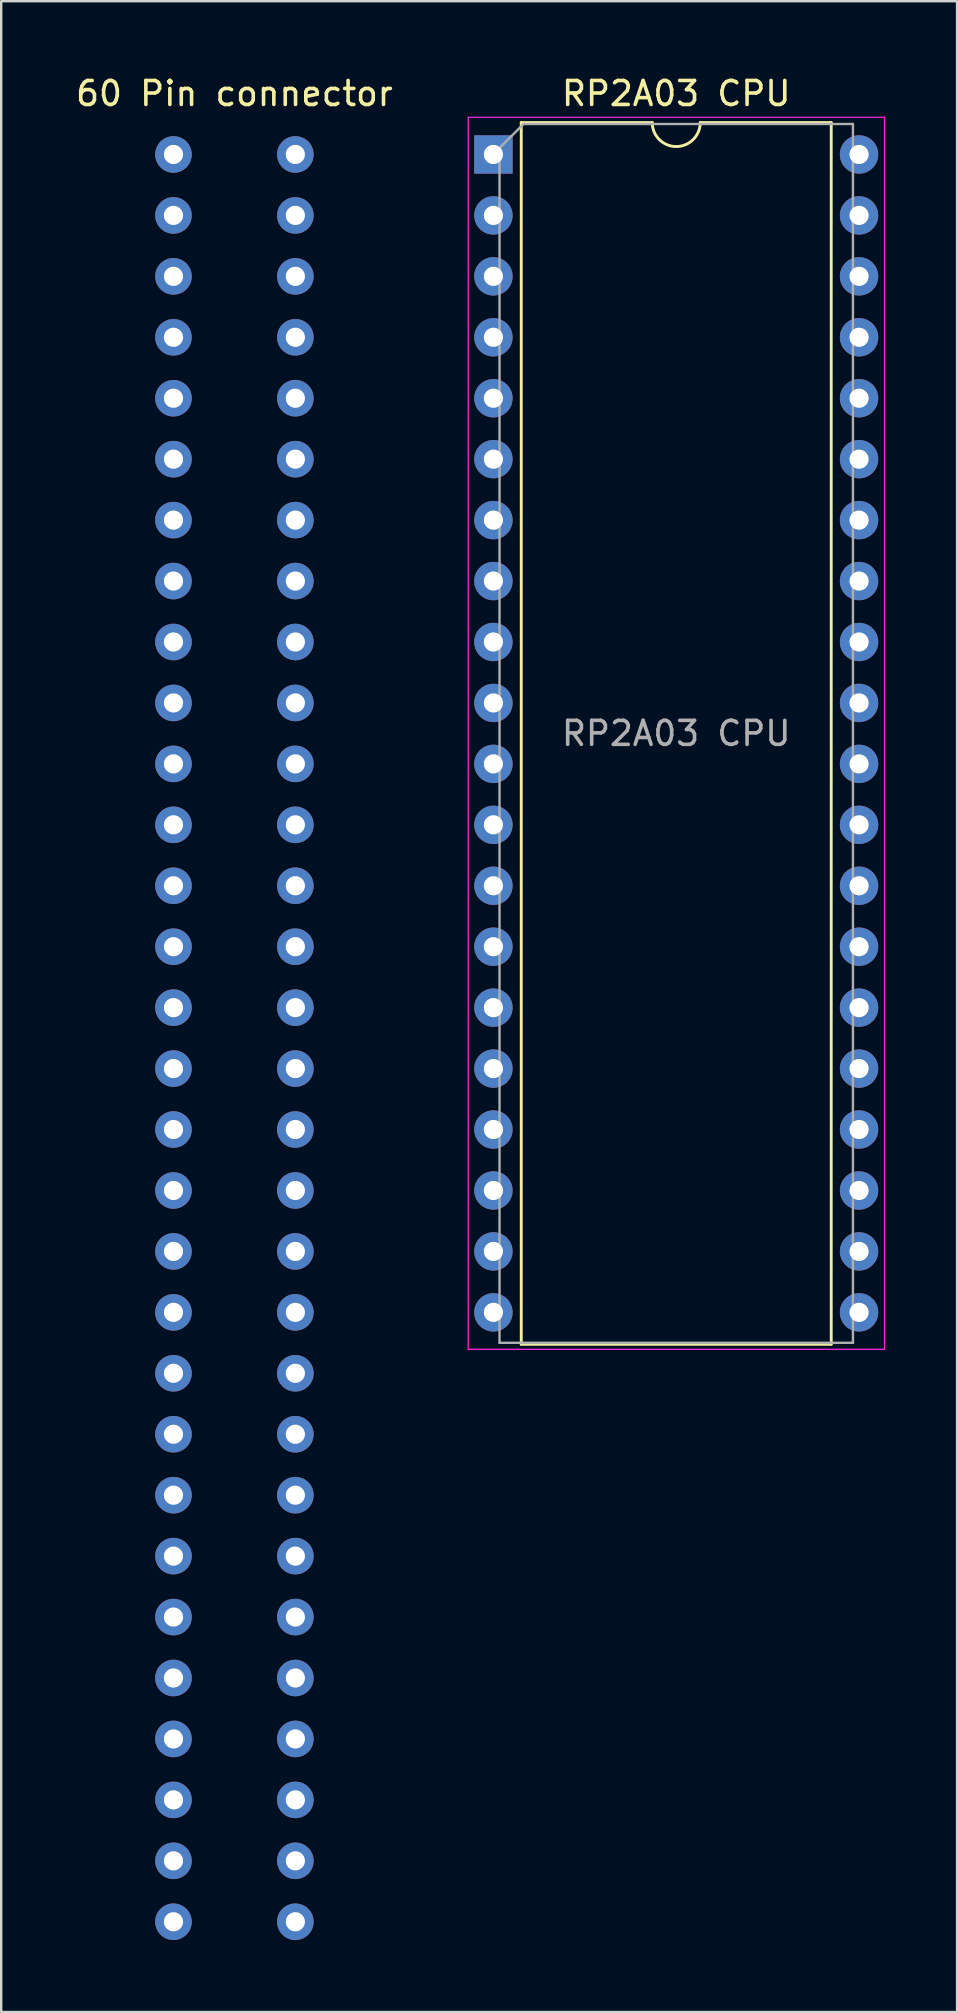
<source format=kicad_pcb>
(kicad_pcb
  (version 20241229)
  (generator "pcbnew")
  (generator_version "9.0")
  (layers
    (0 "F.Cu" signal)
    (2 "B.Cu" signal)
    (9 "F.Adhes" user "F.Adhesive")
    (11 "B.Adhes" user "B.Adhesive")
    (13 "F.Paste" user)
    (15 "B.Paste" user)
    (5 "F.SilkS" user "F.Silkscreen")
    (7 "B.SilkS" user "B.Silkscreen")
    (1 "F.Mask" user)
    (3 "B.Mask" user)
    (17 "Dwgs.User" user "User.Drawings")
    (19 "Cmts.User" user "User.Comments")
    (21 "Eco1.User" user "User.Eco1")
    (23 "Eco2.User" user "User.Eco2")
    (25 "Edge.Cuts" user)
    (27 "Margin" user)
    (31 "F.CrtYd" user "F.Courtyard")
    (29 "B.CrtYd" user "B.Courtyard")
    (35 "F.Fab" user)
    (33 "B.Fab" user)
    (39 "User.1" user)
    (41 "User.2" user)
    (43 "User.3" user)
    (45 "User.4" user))
  (footprint "60 Pin connector"
    (layer "F.Cu")
    (at 4.18 3.388)
    (property "Reference" "60 Pin connector" (at 2.54 -2.54 0) (unlocked yes) (layer "F.SilkS") (effects (font (size 1 1) (thickness 0.15))))
    (attr through_hole)
    (pad "1" thru_hole circle (at 0 0) (size 1.524 1.524) (drill 0.8) (layers "*.Cu" "*.Mask"))
    (pad "2" thru_hole circle (at 0 2.54) (size 1.524 1.524) (drill 0.8) (layers "*.Cu" "*.Mask"))
    (pad "3" thru_hole circle (at 0 5.08) (size 1.524 1.524) (drill 0.8) (layers "*.Cu" "*.Mask"))
    (pad "4" thru_hole circle (at 0 7.62) (size 1.524 1.524) (drill 0.8) (layers "*.Cu" "*.Mask"))
    (pad "5" thru_hole circle (at 0 10.16) (size 1.524 1.524) (drill 0.8) (layers "*.Cu" "*.Mask"))
    (pad "6" thru_hole circle (at 0 12.7) (size 1.524 1.524) (drill 0.8) (layers "*.Cu" "*.Mask"))
    (pad "7" thru_hole circle (at 0 15.24) (size 1.524 1.524) (drill 0.8) (layers "*.Cu" "*.Mask"))
    (pad "8" thru_hole circle (at 0 17.78) (size 1.524 1.524) (drill 0.8) (layers "*.Cu" "*.Mask"))
    (pad "9" thru_hole circle (at 0 20.32) (size 1.524 1.524) (drill 0.8) (layers "*.Cu" "*.Mask"))
    (pad "10" thru_hole circle (at 0 22.86) (size 1.524 1.524) (drill 0.8) (layers "*.Cu" "*.Mask"))
    (pad "11" thru_hole circle (at 0 25.4) (size 1.524 1.524) (drill 0.8) (layers "*.Cu" "*.Mask"))
    (pad "12" thru_hole circle (at 0 27.94) (size 1.524 1.524) (drill 0.8) (layers "*.Cu" "*.Mask"))
    (pad "13" thru_hole circle (at 0 30.48) (size 1.524 1.524) (drill 0.8) (layers "*.Cu" "*.Mask"))
    (pad "14" thru_hole circle (at 0 33.02) (size 1.524 1.524) (drill 0.8) (layers "*.Cu" "*.Mask"))
    (pad "15" thru_hole circle (at 0 35.56) (size 1.524 1.524) (drill 0.8) (layers "*.Cu" "*.Mask"))
    (pad "16" thru_hole circle (at 0 38.1) (size 1.524 1.524) (drill 0.8) (layers "*.Cu" "*.Mask"))
    (pad "17" thru_hole circle (at 0 40.64) (size 1.524 1.524) (drill 0.8) (layers "*.Cu" "*.Mask"))
    (pad "18" thru_hole circle (at 0 43.18) (size 1.524 1.524) (drill 0.8) (layers "*.Cu" "*.Mask"))
    (pad "19" thru_hole circle (at 0 45.72) (size 1.524 1.524) (drill 0.8) (layers "*.Cu" "*.Mask"))
    (pad "20" thru_hole circle (at 0 48.26) (size 1.524 1.524) (drill 0.8) (layers "*.Cu" "*.Mask"))
    (pad "21" thru_hole circle (at 0 50.8) (size 1.524 1.524) (drill 0.8) (layers "*.Cu" "*.Mask"))
    (pad "22" thru_hole circle (at 0 53.34) (size 1.524 1.524) (drill 0.8) (layers "*.Cu" "*.Mask"))
    (pad "23" thru_hole circle (at 0 55.88) (size 1.524 1.524) (drill 0.8) (layers "*.Cu" "*.Mask"))
    (pad "24" thru_hole circle (at 0 58.42) (size 1.524 1.524) (drill 0.8) (layers "*.Cu" "*.Mask"))
    (pad "25" thru_hole circle (at 0 60.96) (size 1.524 1.524) (drill 0.8) (layers "*.Cu" "*.Mask"))
    (pad "26" thru_hole circle (at 0 63.5) (size 1.524 1.524) (drill 0.8) (layers "*.Cu" "*.Mask"))
    (pad "27" thru_hole circle (at 0 66.04) (size 1.524 1.524) (drill 0.8) (layers "*.Cu" "*.Mask"))
    (pad "28" thru_hole circle (at 0 68.58) (size 1.524 1.524) (drill 0.8) (layers "*.Cu" "*.Mask"))
    (pad "29" thru_hole circle (at 0 71.12) (size 1.524 1.524) (drill 0.8) (layers "*.Cu" "*.Mask"))
    (pad "30" thru_hole circle (at 0 73.66) (size 1.524 1.524) (drill 0.8) (layers "*.Cu" "*.Mask"))
    (pad "31" thru_hole circle (at 5.08 0) (size 1.524 1.524) (drill 0.8) (layers "*.Cu" "*.Mask"))
    (pad "32" thru_hole circle (at 5.08 2.54) (size 1.524 1.524) (drill 0.8) (layers "*.Cu" "*.Mask"))
    (pad "33" thru_hole circle (at 5.08 5.08) (size 1.524 1.524) (drill 0.8) (layers "*.Cu" "*.Mask"))
    (pad "34" thru_hole circle (at 5.08 7.62) (size 1.524 1.524) (drill 0.8) (layers "*.Cu" "*.Mask"))
    (pad "35" thru_hole circle (at 5.08 10.16) (size 1.524 1.524) (drill 0.8) (layers "*.Cu" "*.Mask"))
    (pad "36" thru_hole circle (at 5.08 12.7) (size 1.524 1.524) (drill 0.8) (layers "*.Cu" "*.Mask"))
    (pad "37" thru_hole circle (at 5.08 15.24) (size 1.524 1.524) (drill 0.8) (layers "*.Cu" "*.Mask"))
    (pad "38" thru_hole circle (at 5.08 17.78) (size 1.524 1.524) (drill 0.8) (layers "*.Cu" "*.Mask"))
    (pad "39" thru_hole circle (at 5.08 20.32) (size 1.524 1.524) (drill 0.8) (layers "*.Cu" "*.Mask"))
    (pad "40" thru_hole circle (at 5.08 22.86) (size 1.524 1.524) (drill 0.8) (layers "*.Cu" "*.Mask"))
    (pad "41" thru_hole circle (at 5.08 25.4) (size 1.524 1.524) (drill 0.8) (layers "*.Cu" "*.Mask"))
    (pad "42" thru_hole circle (at 5.08 27.94) (size 1.524 1.524) (drill 0.8) (layers "*.Cu" "*.Mask"))
    (pad "43" thru_hole circle (at 5.08 30.48) (size 1.524 1.524) (drill 0.8) (layers "*.Cu" "*.Mask"))
    (pad "44" thru_hole circle (at 5.08 33.02) (size 1.524 1.524) (drill 0.8) (layers "*.Cu" "*.Mask"))
    (pad "45" thru_hole circle (at 5.08 35.56) (size 1.524 1.524) (drill 0.8) (layers "*.Cu" "*.Mask"))
    (pad "46" thru_hole circle (at 5.08 38.1) (size 1.524 1.524) (drill 0.8) (layers "*.Cu" "*.Mask"))
    (pad "47" thru_hole circle (at 5.08 40.64) (size 1.524 1.524) (drill 0.8) (layers "*.Cu" "*.Mask"))
    (pad "48" thru_hole circle (at 5.08 43.18) (size 1.524 1.524) (drill 0.8) (layers "*.Cu" "*.Mask"))
    (pad "49" thru_hole circle (at 5.08 45.72) (size 1.524 1.524) (drill 0.8) (layers "*.Cu" "*.Mask"))
    (pad "50" thru_hole circle (at 5.08 48.26) (size 1.524 1.524) (drill 0.8) (layers "*.Cu" "*.Mask"))
    (pad "51" thru_hole circle (at 5.08 50.8) (size 1.524 1.524) (drill 0.8) (layers "*.Cu" "*.Mask"))
    (pad "52" thru_hole circle (at 5.08 53.34) (size 1.524 1.524) (drill 0.8) (layers "*.Cu" "*.Mask"))
    (pad "53" thru_hole circle (at 5.08 55.88) (size 1.524 1.524) (drill 0.8) (layers "*.Cu" "*.Mask"))
    (pad "54" thru_hole circle (at 5.08 58.42) (size 1.524 1.524) (drill 0.8) (layers "*.Cu" "*.Mask"))
    (pad "55" thru_hole circle (at 5.08 60.96) (size 1.524 1.524) (drill 0.8) (layers "*.Cu" "*.Mask"))
    (pad "56" thru_hole circle (at 5.08 63.5) (size 1.524 1.524) (drill 0.8) (layers "*.Cu" "*.Mask"))
    (pad "57" thru_hole circle (at 5.08 66.04) (size 1.524 1.524) (drill 0.8) (layers "*.Cu" "*.Mask"))
    (pad "58" thru_hole circle (at 5.08 68.58) (size 1.524 1.524) (drill 0.8) (layers "*.Cu" "*.Mask"))
    (pad "59" thru_hole circle (at 5.08 71.12) (size 1.524 1.524) (drill 0.8) (layers "*.Cu" "*.Mask"))
    (pad "60" thru_hole circle (at 5.08 73.66) (size 1.524 1.524) (drill 0.8) (layers "*.Cu" "*.Mask")))
  (footprint "RP2A03 CPU"
    (layer "F.Cu")
    (at 17.515 3.388)
    (property "Reference" "RP2A03 CPU" (at 7.62 -2.54 0) (unlocked yes) (layer "F.SilkS") (effects (font (size 1 1) (thickness 0.15))))
    (attr through_hole)
    (fp_line (start 1.16 -1.33) (end 1.16 49.59) (stroke (width 0.12) (type solid)) (layer "F.SilkS"))
    (fp_line (start 1.16 49.59) (end 14.08 49.59) (stroke (width 0.12) (type solid)) (layer "F.SilkS"))
    (fp_line (start 6.62 -1.33) (end 1.16 -1.33) (stroke (width 0.12) (type solid)) (layer "F.SilkS"))
    (fp_line (start 14.08 -1.33) (end 8.62 -1.33) (stroke (width 0.12) (type solid)) (layer "F.SilkS"))
    (fp_line (start 14.08 49.59) (end 14.08 -1.33) (stroke (width 0.12) (type solid)) (layer "F.SilkS"))
    (fp_arc (start 8.62 -1.33) (mid 7.62 -0.33) (end 6.62 -1.33) (stroke (width 0.12) (type solid)) (layer "F.SilkS"))
    (fp_line (start -1.05 -1.55) (end -1.05 49.8) (stroke (width 0.05) (type solid)) (layer "F.CrtYd"))
    (fp_line (start -1.05 49.8) (end 16.3 49.8) (stroke (width 0.05) (type solid)) (layer "F.CrtYd"))
    (fp_line (start 16.3 -1.55) (end -1.05 -1.55) (stroke (width 0.05) (type solid)) (layer "F.CrtYd"))
    (fp_line (start 16.3 49.8) (end 16.3 -1.55) (stroke (width 0.05) (type solid)) (layer "F.CrtYd"))
    (fp_line (start 0.255 -0.27) (end 1.255 -1.27) (stroke (width 0.1) (type solid)) (layer "F.Fab"))
    (fp_line (start 0.255 49.53) (end 0.255 -0.27) (stroke (width 0.1) (type solid)) (layer "F.Fab"))
    (fp_line (start 1.255 -1.27) (end 14.985 -1.27) (stroke (width 0.1) (type solid)) (layer "F.Fab"))
    (fp_line (start 14.985 -1.27) (end 14.985 49.53) (stroke (width 0.1) (type solid)) (layer "F.Fab"))
    (fp_line (start 14.985 49.53) (end 0.255 49.53) (stroke (width 0.1) (type solid)) (layer "F.Fab"))
    (fp_text user "${REFERENCE}" (at 7.62 24.13 0) (layer "F.Fab") (effects (font (size 1 1) (thickness 0.15))))
    (pad "1" thru_hole rect (at 0 0) (size 1.6 1.6) (drill 0.8) (layers "*.Cu" "*.Mask"))
    (pad "2" thru_hole oval (at 0 2.54) (size 1.6 1.6) (drill 0.8) (layers "*.Cu" "*.Mask"))
    (pad "3" thru_hole oval (at 0 5.08) (size 1.6 1.6) (drill 0.8) (layers "*.Cu" "*.Mask"))
    (pad "4" thru_hole oval (at 0 7.62) (size 1.6 1.6) (drill 0.8) (layers "*.Cu" "*.Mask"))
    (pad "5" thru_hole oval (at 0 10.16) (size 1.6 1.6) (drill 0.8) (layers "*.Cu" "*.Mask"))
    (pad "6" thru_hole oval (at 0 12.7) (size 1.6 1.6) (drill 0.8) (layers "*.Cu" "*.Mask"))
    (pad "7" thru_hole oval (at 0 15.24) (size 1.6 1.6) (drill 0.8) (layers "*.Cu" "*.Mask"))
    (pad "8" thru_hole oval (at 0 17.78) (size 1.6 1.6) (drill 0.8) (layers "*.Cu" "*.Mask"))
    (pad "9" thru_hole oval (at 0 20.32) (size 1.6 1.6) (drill 0.8) (layers "*.Cu" "*.Mask"))
    (pad "10" thru_hole oval (at 0 22.86) (size 1.6 1.6) (drill 0.8) (layers "*.Cu" "*.Mask"))
    (pad "11" thru_hole oval (at 0 25.4) (size 1.6 1.6) (drill 0.8) (layers "*.Cu" "*.Mask"))
    (pad "12" thru_hole oval (at 0 27.94) (size 1.6 1.6) (drill 0.8) (layers "*.Cu" "*.Mask"))
    (pad "13" thru_hole oval (at 0 30.48) (size 1.6 1.6) (drill 0.8) (layers "*.Cu" "*.Mask"))
    (pad "14" thru_hole oval (at 0 33.02) (size 1.6 1.6) (drill 0.8) (layers "*.Cu" "*.Mask"))
    (pad "15" thru_hole oval (at 0 35.56) (size 1.6 1.6) (drill 0.8) (layers "*.Cu" "*.Mask"))
    (pad "16" thru_hole oval (at 0 38.1) (size 1.6 1.6) (drill 0.8) (layers "*.Cu" "*.Mask"))
    (pad "17" thru_hole oval (at 0 40.64) (size 1.6 1.6) (drill 0.8) (layers "*.Cu" "*.Mask"))
    (pad "18" thru_hole oval (at 0 43.18) (size 1.6 1.6) (drill 0.8) (layers "*.Cu" "*.Mask"))
    (pad "19" thru_hole oval (at 0 45.72) (size 1.6 1.6) (drill 0.8) (layers "*.Cu" "*.Mask"))
    (pad "20" thru_hole oval (at 0 48.26) (size 1.6 1.6) (drill 0.8) (layers "*.Cu" "*.Mask"))
    (pad "21" thru_hole oval (at 15.24 48.26) (size 1.6 1.6) (drill 0.8) (layers "*.Cu" "*.Mask"))
    (pad "22" thru_hole oval (at 15.24 45.72) (size 1.6 1.6) (drill 0.8) (layers "*.Cu" "*.Mask"))
    (pad "23" thru_hole oval (at 15.24 43.18) (size 1.6 1.6) (drill 0.8) (layers "*.Cu" "*.Mask"))
    (pad "24" thru_hole oval (at 15.24 40.64) (size 1.6 1.6) (drill 0.8) (layers "*.Cu" "*.Mask"))
    (pad "25" thru_hole oval (at 15.24 38.1) (size 1.6 1.6) (drill 0.8) (layers "*.Cu" "*.Mask"))
    (pad "26" thru_hole oval (at 15.24 35.56) (size 1.6 1.6) (drill 0.8) (layers "*.Cu" "*.Mask"))
    (pad "27" thru_hole oval (at 15.24 33.02) (size 1.6 1.6) (drill 0.8) (layers "*.Cu" "*.Mask"))
    (pad "28" thru_hole oval (at 15.24 30.48) (size 1.6 1.6) (drill 0.8) (layers "*.Cu" "*.Mask"))
    (pad "29" thru_hole oval (at 15.24 27.94) (size 1.6 1.6) (drill 0.8) (layers "*.Cu" "*.Mask"))
    (pad "30" thru_hole oval (at 15.24 25.4) (size 1.6 1.6) (drill 0.8) (layers "*.Cu" "*.Mask"))
    (pad "31" thru_hole oval (at 15.24 22.86) (size 1.6 1.6) (drill 0.8) (layers "*.Cu" "*.Mask"))
    (pad "32" thru_hole oval (at 15.24 20.32) (size 1.6 1.6) (drill 0.8) (layers "*.Cu" "*.Mask"))
    (pad "33" thru_hole oval (at 15.24 17.78) (size 1.6 1.6) (drill 0.8) (layers "*.Cu" "*.Mask"))
    (pad "34" thru_hole oval (at 15.24 15.24) (size 1.6 1.6) (drill 0.8) (layers "*.Cu" "*.Mask"))
    (pad "35" thru_hole oval (at 15.24 12.7) (size 1.6 1.6) (drill 0.8) (layers "*.Cu" "*.Mask"))
    (pad "36" thru_hole oval (at 15.24 10.16) (size 1.6 1.6) (drill 0.8) (layers "*.Cu" "*.Mask"))
    (pad "37" thru_hole oval (at 15.24 7.62) (size 1.6 1.6) (drill 0.8) (layers "*.Cu" "*.Mask"))
    (pad "38" thru_hole oval (at 15.24 5.08) (size 1.6 1.6) (drill 0.8) (layers "*.Cu" "*.Mask"))
    (pad "39" thru_hole oval (at 15.24 2.54) (size 1.6 1.6) (drill 0.8) (layers "*.Cu" "*.Mask"))
    (pad "40" thru_hole oval (at 15.24 0) (size 1.6 1.6) (drill 0.8) (layers "*.Cu" "*.Mask")))
  (gr_rect
    (start -3 -3)
    (end 36.84 80.81)
    (stroke (width 0.1) (type default))
    (fill no)
    (layer "Edge.Cuts")))
</source>
